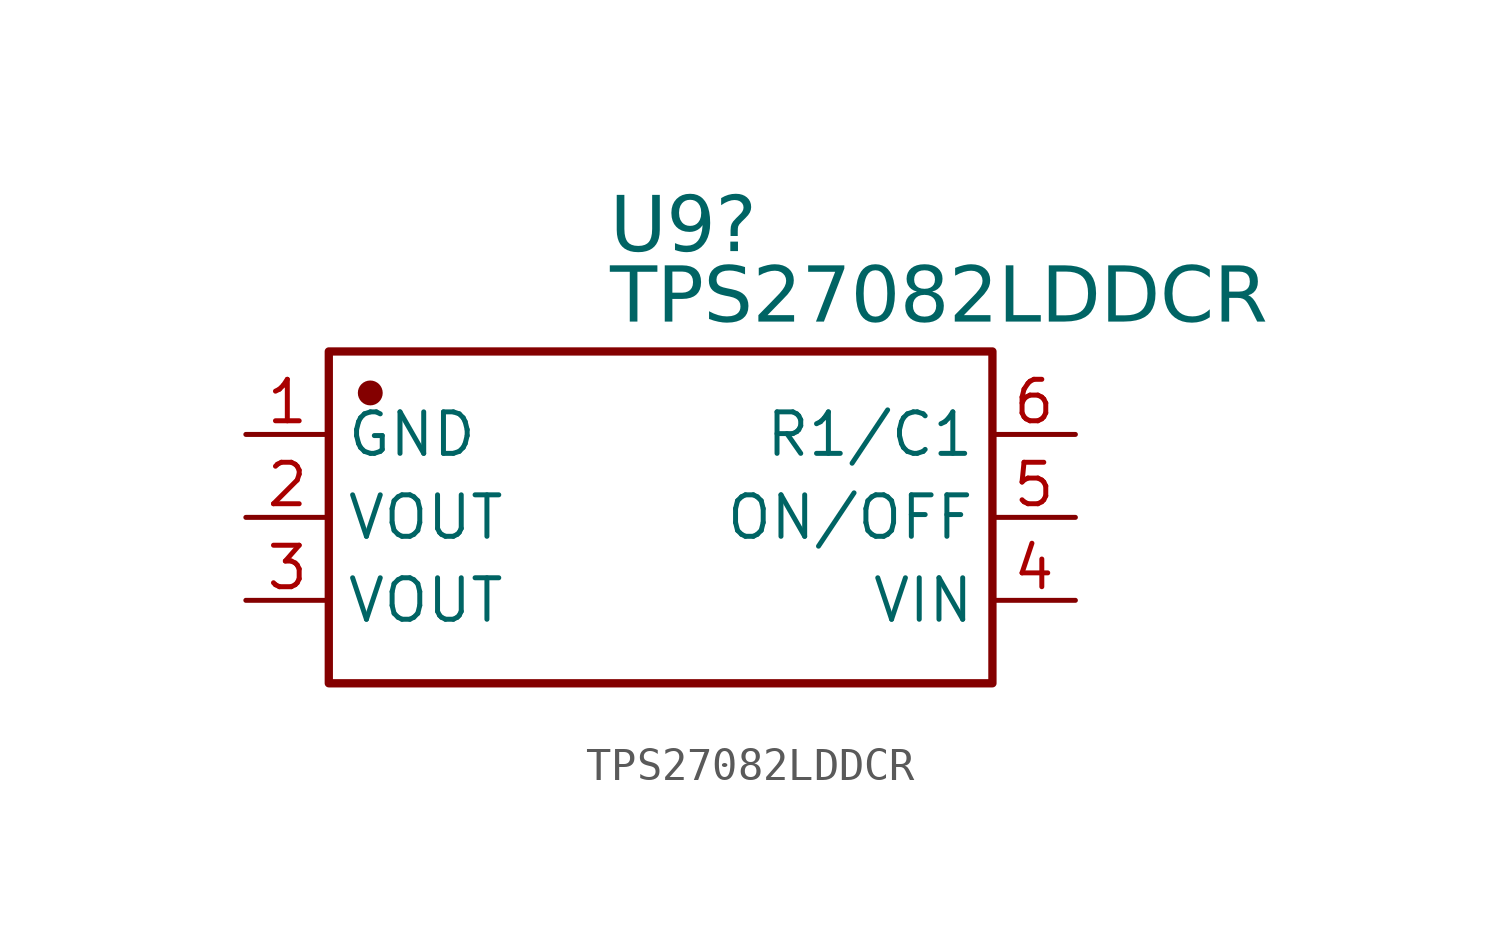
<source format=kicad_sym>
(kicad_symbol_lib
  (version 20241209)
  (generator "kicad_symbol_editor")
  (generator_version "9.0")
  (symbol "TPS27082LDDCR"
    (property "Reference" "U9"
      (at -1.549 9.842 0)
      (effects (font (face "Arial") (size 1.689 1.689)) (justify left top)))
    (property "Value" "TPS27082LDDCR"
      (at -1.549 7.684 0)
      (effects (font (face "Arial") (size 1.689 1.689)) (justify left top)))
    (symbol "TPS27082LDDCR_0_0"
      (rectangle (start -10.16 5.08) (end 10.16 -5.08) (stroke (width 0.254) (type solid)) (fill (type none)))
      (circle (center -8.89 3.81) (radius 0.254) (stroke (width 0.254) (type solid)) (fill (type outline)))
      (pin power_in line (at -12.7 2.54 0) (length 2.54) (name "GND" (effects (font (size 1.27 1.27)))) (number "1" (effects (font (size 1.27 1.27)))))
      (pin passive line (at -12.7 0 0) (length 2.54) (name "VOUT" (effects (font (size 1.27 1.27)))) (number "2" (effects (font (size 1.27 1.27)))))
      (pin passive line (at -12.7 -2.54 0) (length 2.54) (name "VOUT" (effects (font (size 1.27 1.27)))) (number "3" (effects (font (size 1.27 1.27)))))
      (pin passive line (at 12.7 2.54 180) (length 2.54) (name "R1/C1" (effects (font (size 1.27 1.27)))) (number "6" (effects (font (size 1.27 1.27)))))
      (pin passive line (at 12.7 0 180) (length 2.54) (name "ON/OFF" (effects (font (size 1.27 1.27)))) (number "5" (effects (font (size 1.27 1.27)))))
      (pin input line (at 12.7 -2.54 180) (length 2.54) (name "VIN" (effects (font (size 1.27 1.27)))) (number "4" (effects (font (size 1.27 1.27))))))))
</source>
